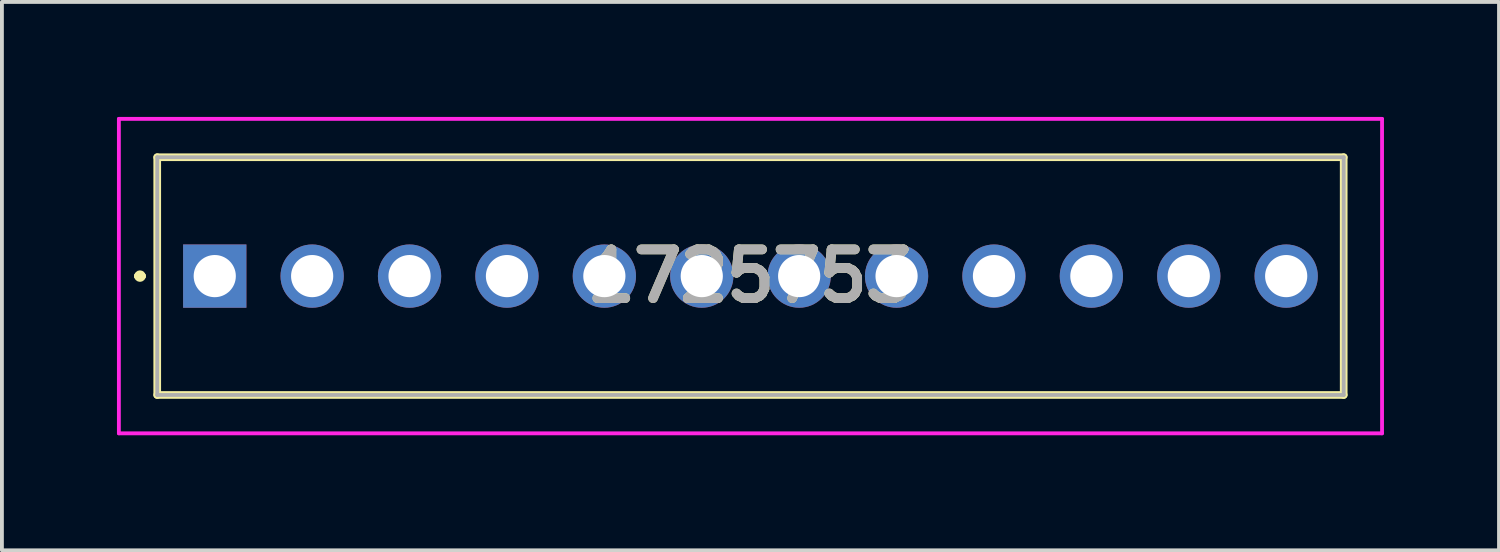
<source format=kicad_pcb>
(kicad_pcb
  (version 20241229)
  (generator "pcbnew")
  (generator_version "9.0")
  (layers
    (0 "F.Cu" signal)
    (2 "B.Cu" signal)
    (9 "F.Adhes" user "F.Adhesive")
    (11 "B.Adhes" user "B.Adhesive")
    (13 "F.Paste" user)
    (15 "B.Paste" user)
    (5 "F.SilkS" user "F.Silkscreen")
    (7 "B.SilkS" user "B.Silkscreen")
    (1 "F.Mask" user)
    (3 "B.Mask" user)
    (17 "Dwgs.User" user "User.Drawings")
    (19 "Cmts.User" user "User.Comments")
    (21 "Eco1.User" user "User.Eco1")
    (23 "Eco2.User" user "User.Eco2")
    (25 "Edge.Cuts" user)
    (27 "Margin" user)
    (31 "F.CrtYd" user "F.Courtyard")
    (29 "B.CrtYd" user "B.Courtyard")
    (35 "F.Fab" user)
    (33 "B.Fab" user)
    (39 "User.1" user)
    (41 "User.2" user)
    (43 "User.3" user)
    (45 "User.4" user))
  (footprint "1725753"
    (layer "F.Cu")
    (at 2.55 4.15)
    (property "Reference" "1725753" (at 13.97 0 0) (layer "F.SilkS") (effects (font (size 1.27 1.27) (thickness 0.254))))
    (attr through_hole)
    (fp_line (start -2 0) (end -2 0) (stroke (width 0.2) (type solid)) (layer "F.SilkS"))
    (fp_line (start -2 0) (end -1.9 0) (stroke (width 0.2) (type solid)) (layer "F.SilkS"))
    (fp_line (start -1.9 0) (end -1.9 0) (stroke (width 0.2) (type solid)) (layer "F.SilkS"))
    (fp_line (start -1.5 -3.1) (end -1.5 3.1) (stroke (width 0.2) (type solid)) (layer "F.SilkS"))
    (fp_line (start -1.5 3.1) (end 29.44 3.1) (stroke (width 0.2) (type solid)) (layer "F.SilkS"))
    (fp_line (start 29.44 -3.1) (end -1.5 -3.1) (stroke (width 0.2) (type solid)) (layer "F.SilkS"))
    (fp_line (start 29.44 3.1) (end 29.44 -3.1) (stroke (width 0.2) (type solid)) (layer "F.SilkS"))
    (fp_arc (start -2 0) (mid -1.95 -0.05) (end -1.9 0) (stroke (width 0.2) (type solid)) (layer "F.SilkS"))
    (fp_arc (start -1.9 0) (mid -1.95 0.05) (end -2 0) (stroke (width 0.2) (type solid)) (layer "F.SilkS"))
    (fp_line (start -2.5 -4.1) (end 30.44 -4.1) (stroke (width 0.1) (type solid)) (layer "F.CrtYd"))
    (fp_line (start -2.5 4.1) (end -2.5 -4.1) (stroke (width 0.1) (type solid)) (layer "F.CrtYd"))
    (fp_line (start 30.44 -4.1) (end 30.44 4.1) (stroke (width 0.1) (type solid)) (layer "F.CrtYd"))
    (fp_line (start 30.44 4.1) (end -2.5 4.1) (stroke (width 0.1) (type solid)) (layer "F.CrtYd"))
    (fp_line (start -1.5 -3.1) (end -1.5 3.1) (stroke (width 0.1) (type solid)) (layer "F.Fab"))
    (fp_line (start -1.5 3.1) (end 29.44 3.1) (stroke (width 0.1) (type solid)) (layer "F.Fab"))
    (fp_line (start 29.44 -3.1) (end -1.5 -3.1) (stroke (width 0.1) (type solid)) (layer "F.Fab"))
    (fp_line (start 29.44 3.1) (end 29.44 -3.1) (stroke (width 0.1) (type solid)) (layer "F.Fab"))
    (fp_text user "${REFERENCE}" (at 13.97 0 0) (layer "F.Fab") (effects (font (size 1.27 1.27) (thickness 0.254))))
    (pad "1" thru_hole rect (at 0 0) (size 1.65 1.65) (drill 1.1) (layers "*.Cu" "*.Mask"))
    (pad "2" thru_hole circle (at 2.54 0) (size 1.65 1.65) (drill 1.1) (layers "*.Cu" "*.Mask"))
    (pad "3" thru_hole circle (at 5.08 0) (size 1.65 1.65) (drill 1.1) (layers "*.Cu" "*.Mask"))
    (pad "4" thru_hole circle (at 7.62 0) (size 1.65 1.65) (drill 1.1) (layers "*.Cu" "*.Mask"))
    (pad "5" thru_hole circle (at 10.16 0) (size 1.65 1.65) (drill 1.1) (layers "*.Cu" "*.Mask"))
    (pad "6" thru_hole circle (at 12.7 0) (size 1.65 1.65) (drill 1.1) (layers "*.Cu" "*.Mask"))
    (pad "7" thru_hole circle (at 15.24 0) (size 1.65 1.65) (drill 1.1) (layers "*.Cu" "*.Mask"))
    (pad "8" thru_hole circle (at 17.78 0) (size 1.65 1.65) (drill 1.1) (layers "*.Cu" "*.Mask"))
    (pad "9" thru_hole circle (at 20.32 0) (size 1.65 1.65) (drill 1.1) (layers "*.Cu" "*.Mask"))
    (pad "10" thru_hole circle (at 22.86 0) (size 1.65 1.65) (drill 1.1) (layers "*.Cu" "*.Mask"))
    (pad "11" thru_hole circle (at 25.4 0) (size 1.65 1.65) (drill 1.1) (layers "*.Cu" "*.Mask"))
    (pad "12" thru_hole circle (at 27.94 0) (size 1.65 1.65) (drill 1.1) (layers "*.Cu" "*.Mask")))
  (gr_rect
    (start -3 -3)
    (end 36.04 11.3)
    (stroke (width 0.1) (type default))
    (fill no)
    (layer "Edge.Cuts")))
</source>
